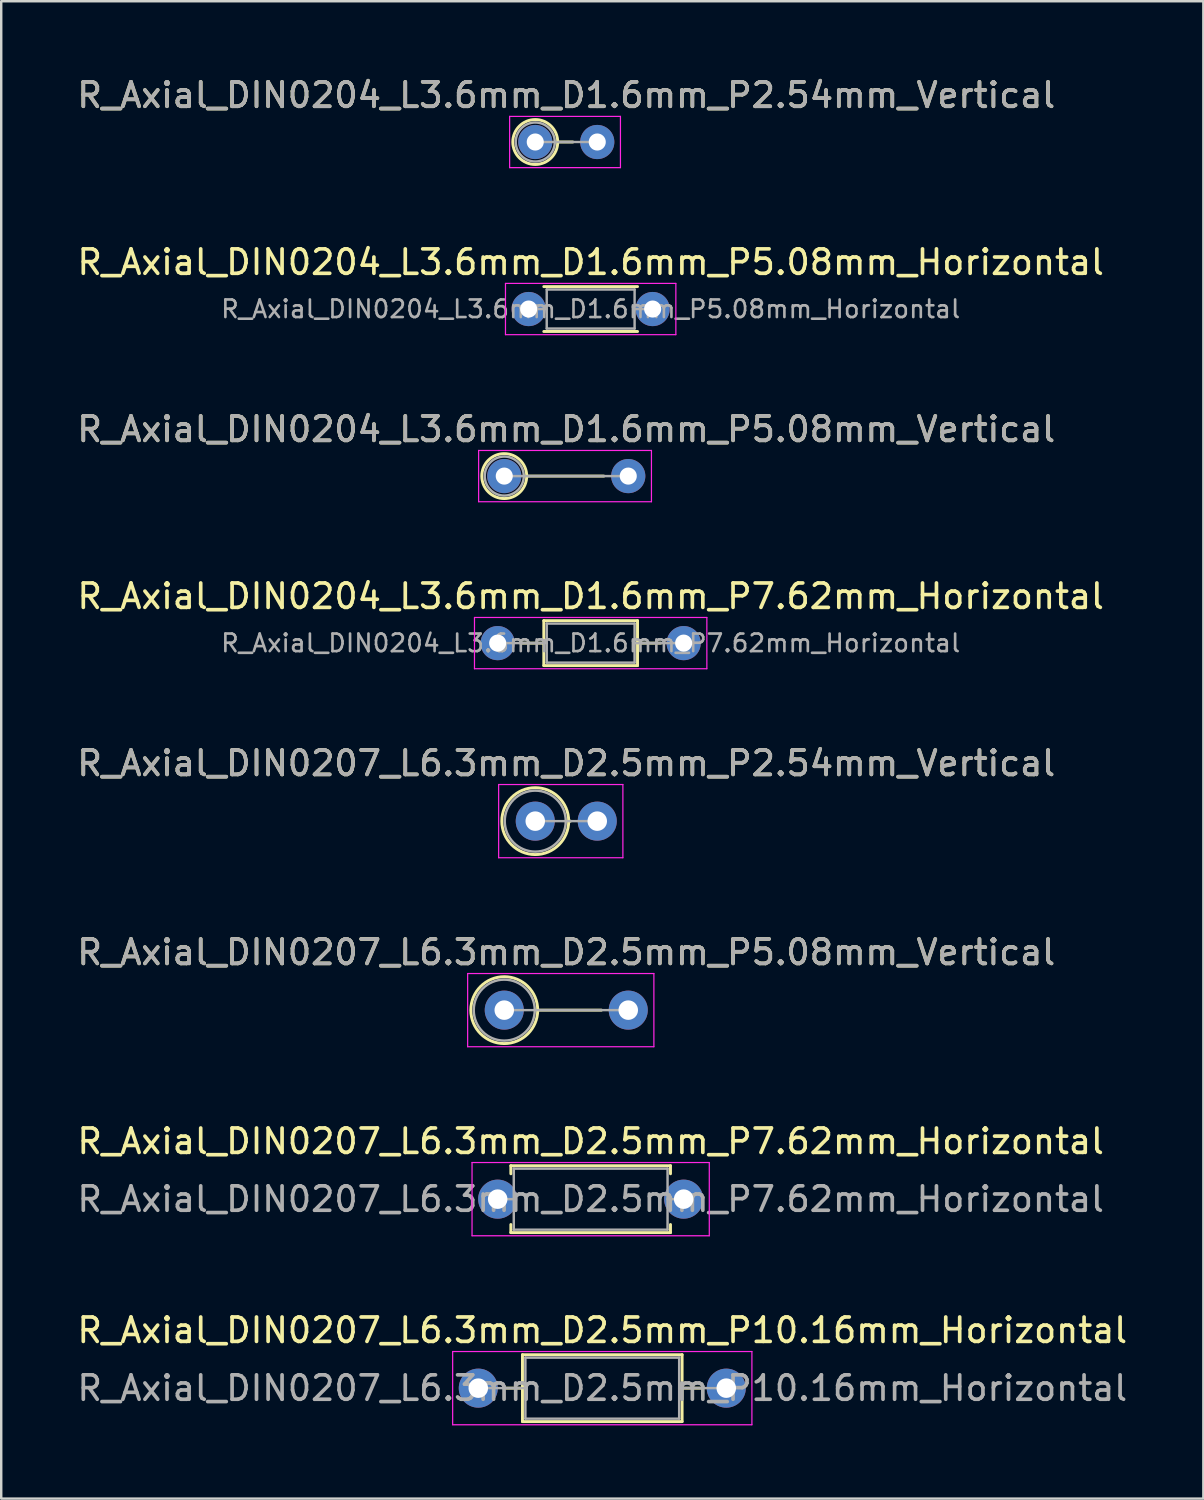
<source format=kicad_pcb>
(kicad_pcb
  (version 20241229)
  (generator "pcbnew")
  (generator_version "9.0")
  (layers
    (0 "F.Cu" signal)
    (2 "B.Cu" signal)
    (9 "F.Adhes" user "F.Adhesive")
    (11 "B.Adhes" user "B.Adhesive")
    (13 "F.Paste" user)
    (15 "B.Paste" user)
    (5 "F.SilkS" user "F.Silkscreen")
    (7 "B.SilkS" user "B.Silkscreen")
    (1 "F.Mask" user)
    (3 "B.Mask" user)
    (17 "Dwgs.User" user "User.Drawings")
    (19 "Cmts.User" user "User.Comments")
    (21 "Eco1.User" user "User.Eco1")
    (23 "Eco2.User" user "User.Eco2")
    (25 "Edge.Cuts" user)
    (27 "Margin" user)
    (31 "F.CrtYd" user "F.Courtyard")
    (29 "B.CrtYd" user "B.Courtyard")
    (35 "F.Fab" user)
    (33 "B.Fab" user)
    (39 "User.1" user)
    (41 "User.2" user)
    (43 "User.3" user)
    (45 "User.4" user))
  (footprint "R_Axial_DIN0207_L6.3mm_D2.5mm_P2.54mm_Vertical"
    (layer "F.Cu")
    (at 18.879 30.591)
    (property "Reference" "R_Axial_DIN0207_L6.3mm_D2.5mm_P2.54mm_Vertical" (at 1.27 -2.37 0) (layer "F.SilkS") (effects (font (size 1 1) (thickness 0.15))))
    (attr through_hole)
    (fp_line (start 1.37 0) (end 1.44 0) (stroke (width 0.12) (type solid)) (layer "F.SilkS"))
    (fp_circle (center 0 0) (end 1.37 0) (stroke (width 0.12) (type solid)) (fill no) (layer "F.SilkS"))
    (fp_line (start -1.5 -1.5) (end -1.5 1.5) (stroke (width 0.05) (type solid)) (layer "F.CrtYd"))
    (fp_line (start -1.5 1.5) (end 3.59 1.5) (stroke (width 0.05) (type solid)) (layer "F.CrtYd"))
    (fp_line (start 3.59 -1.5) (end -1.5 -1.5) (stroke (width 0.05) (type solid)) (layer "F.CrtYd"))
    (fp_line (start 3.59 1.5) (end 3.59 -1.5) (stroke (width 0.05) (type solid)) (layer "F.CrtYd"))
    (fp_line (start 0 0) (end 2.54 0) (stroke (width 0.1) (type solid)) (layer "F.Fab"))
    (fp_circle (center 0 0) (end 1.25 0) (stroke (width 0.1) (type solid)) (fill no) (layer "F.Fab"))
    (fp_text user "${REFERENCE}" (at 1.27 -2.37 0) (layer "F.Fab") (effects (font (size 1 1) (thickness 0.15))))
    (pad "1" thru_hole circle (at 0 0) (size 1.6 1.6) (drill 0.8) (layers "*.Cu" "*.Mask"))
    (pad "2" thru_hole oval (at 2.54 0) (size 1.6 1.6) (drill 0.8) (layers "*.Cu" "*.Mask")))
  (footprint "R_Axial_DIN0207_L6.3mm_D2.5mm_P10.16mm_Horizontal"
    (layer "F.Cu")
    (at 16.545 53.821)
    (property "Reference" "R_Axial_DIN0207_L6.3mm_D2.5mm_P10.16mm_Horizontal" (at 5.08 -2.37 0) (layer "F.SilkS") (effects (font (size 1 1) (thickness 0.15))))
    (attr through_hole)
    (fp_line (start 1.04 0) (end 1.81 0) (stroke (width 0.12) (type solid)) (layer "F.SilkS"))
    (fp_line (start 1.81 -1.37) (end 1.81 1.37) (stroke (width 0.12) (type solid)) (layer "F.SilkS"))
    (fp_line (start 1.81 1.37) (end 8.35 1.37) (stroke (width 0.12) (type solid)) (layer "F.SilkS"))
    (fp_line (start 8.35 -1.37) (end 1.81 -1.37) (stroke (width 0.12) (type solid)) (layer "F.SilkS"))
    (fp_line (start 8.35 1.37) (end 8.35 -1.37) (stroke (width 0.12) (type solid)) (layer "F.SilkS"))
    (fp_line (start 9.12 0) (end 8.35 0) (stroke (width 0.12) (type solid)) (layer "F.SilkS"))
    (fp_line (start -1.05 -1.5) (end -1.05 1.5) (stroke (width 0.05) (type solid)) (layer "F.CrtYd"))
    (fp_line (start -1.05 1.5) (end 11.21 1.5) (stroke (width 0.05) (type solid)) (layer "F.CrtYd"))
    (fp_line (start 11.21 -1.5) (end -1.05 -1.5) (stroke (width 0.05) (type solid)) (layer "F.CrtYd"))
    (fp_line (start 11.21 1.5) (end 11.21 -1.5) (stroke (width 0.05) (type solid)) (layer "F.CrtYd"))
    (fp_line (start 0 0) (end 1.93 0) (stroke (width 0.1) (type solid)) (layer "F.Fab"))
    (fp_line (start 1.93 -1.25) (end 1.93 1.25) (stroke (width 0.1) (type solid)) (layer "F.Fab"))
    (fp_line (start 1.93 1.25) (end 8.23 1.25) (stroke (width 0.1) (type solid)) (layer "F.Fab"))
    (fp_line (start 8.23 -1.25) (end 1.93 -1.25) (stroke (width 0.1) (type solid)) (layer "F.Fab"))
    (fp_line (start 8.23 1.25) (end 8.23 -1.25) (stroke (width 0.1) (type solid)) (layer "F.Fab"))
    (fp_line (start 10.16 0) (end 8.23 0) (stroke (width 0.1) (type solid)) (layer "F.Fab"))
    (fp_text user "${REFERENCE}" (at 5.08 0 0) (layer "F.Fab") (effects (font (size 1 1) (thickness 0.15))))
    (pad "1" thru_hole circle (at 0 0) (size 1.6 1.6) (drill 0.8) (layers "*.Cu" "*.Mask"))
    (pad "2" thru_hole oval (at 10.16 0) (size 1.6 1.6) (drill 0.8) (layers "*.Cu" "*.Mask")))
  (footprint "R_Axial_DIN0204_L3.6mm_D1.6mm_P2.54mm_Vertical"
    (layer "F.Cu")
    (at 18.879 2.768)
    (property "Reference" "R_Axial_DIN0204_L3.6mm_D1.6mm_P2.54mm_Vertical" (at 1.27 -1.92 0) (layer "F.SilkS") (effects (font (size 1 1) (thickness 0.15))))
    (attr through_hole)
    (fp_line (start 0.92 0) (end 1.54 0) (stroke (width 0.12) (type solid)) (layer "F.SilkS"))
    (fp_circle (center 0 0) (end 0.92 0) (stroke (width 0.12) (type solid)) (fill no) (layer "F.SilkS"))
    (fp_line (start -1.05 -1.05) (end -1.05 1.05) (stroke (width 0.05) (type solid)) (layer "F.CrtYd"))
    (fp_line (start -1.05 1.05) (end 3.49 1.05) (stroke (width 0.05) (type solid)) (layer "F.CrtYd"))
    (fp_line (start 3.49 -1.05) (end -1.05 -1.05) (stroke (width 0.05) (type solid)) (layer "F.CrtYd"))
    (fp_line (start 3.49 1.05) (end 3.49 -1.05) (stroke (width 0.05) (type solid)) (layer "F.CrtYd"))
    (fp_line (start 0 0) (end 2.54 0) (stroke (width 0.1) (type solid)) (layer "F.Fab"))
    (fp_circle (center 0 0) (end 0.8 0) (stroke (width 0.1) (type solid)) (fill no) (layer "F.Fab"))
    (fp_text user "${REFERENCE}" (at 1.27 -1.92 0) (layer "F.Fab") (effects (font (size 1 1) (thickness 0.15))))
    (pad "1" thru_hole circle (at 0 0) (size 1.4 1.4) (drill 0.7) (layers "*.Cu" "*.Mask"))
    (pad "2" thru_hole oval (at 2.54 0) (size 1.4 1.4) (drill 0.7) (layers "*.Cu" "*.Mask")))
  (footprint "R_Axial_DIN0207_L6.3mm_D2.5mm_P5.08mm_Vertical"
    (layer "F.Cu")
    (at 17.609 38.334)
    (property "Reference" "R_Axial_DIN0207_L6.3mm_D2.5mm_P5.08mm_Vertical" (at 2.54 -2.37 0) (layer "F.SilkS") (effects (font (size 1 1) (thickness 0.15))))
    (attr through_hole)
    (fp_line (start 1.37 0) (end 3.98 0) (stroke (width 0.12) (type solid)) (layer "F.SilkS"))
    (fp_circle (center 0 0) (end 1.37 0) (stroke (width 0.12) (type solid)) (fill no) (layer "F.SilkS"))
    (fp_line (start -1.5 -1.5) (end -1.5 1.5) (stroke (width 0.05) (type solid)) (layer "F.CrtYd"))
    (fp_line (start -1.5 1.5) (end 6.13 1.5) (stroke (width 0.05) (type solid)) (layer "F.CrtYd"))
    (fp_line (start 6.13 -1.5) (end -1.5 -1.5) (stroke (width 0.05) (type solid)) (layer "F.CrtYd"))
    (fp_line (start 6.13 1.5) (end 6.13 -1.5) (stroke (width 0.05) (type solid)) (layer "F.CrtYd"))
    (fp_line (start 0 0) (end 5.08 0) (stroke (width 0.1) (type solid)) (layer "F.Fab"))
    (fp_circle (center 0 0) (end 1.25 0) (stroke (width 0.1) (type solid)) (fill no) (layer "F.Fab"))
    (fp_text user "${REFERENCE}" (at 2.54 -2.37 0) (layer "F.Fab") (effects (font (size 1 1) (thickness 0.15))))
    (pad "1" thru_hole circle (at 0 0) (size 1.6 1.6) (drill 0.8) (layers "*.Cu" "*.Mask"))
    (pad "2" thru_hole oval (at 5.08 0) (size 1.6 1.6) (drill 0.8) (layers "*.Cu" "*.Mask")))
  (footprint "R_Axial_DIN0204_L3.6mm_D1.6mm_P5.08mm_Horizontal"
    (layer "F.Cu")
    (at 18.609 9.611)
    (property "Reference" "R_Axial_DIN0204_L3.6mm_D1.6mm_P5.08mm_Horizontal" (at 2.54 -1.92 0) (layer "F.SilkS") (effects (font (size 1 1) (thickness 0.15))))
    (attr through_hole)
    (fp_line (start 0.62 -0.92) (end 4.46 -0.92) (stroke (width 0.12) (type solid)) (layer "F.SilkS"))
    (fp_line (start 0.62 0.92) (end 4.46 0.92) (stroke (width 0.12) (type solid)) (layer "F.SilkS"))
    (fp_line (start -0.95 -1.05) (end -0.95 1.05) (stroke (width 0.05) (type solid)) (layer "F.CrtYd"))
    (fp_line (start -0.95 1.05) (end 6.03 1.05) (stroke (width 0.05) (type solid)) (layer "F.CrtYd"))
    (fp_line (start 6.03 -1.05) (end -0.95 -1.05) (stroke (width 0.05) (type solid)) (layer "F.CrtYd"))
    (fp_line (start 6.03 1.05) (end 6.03 -1.05) (stroke (width 0.05) (type solid)) (layer "F.CrtYd"))
    (fp_line (start 0 0) (end 0.74 0) (stroke (width 0.1) (type solid)) (layer "F.Fab"))
    (fp_line (start 0.74 -0.8) (end 0.74 0.8) (stroke (width 0.1) (type solid)) (layer "F.Fab"))
    (fp_line (start 0.74 0.8) (end 4.34 0.8) (stroke (width 0.1) (type solid)) (layer "F.Fab"))
    (fp_line (start 4.34 -0.8) (end 0.74 -0.8) (stroke (width 0.1) (type solid)) (layer "F.Fab"))
    (fp_line (start 4.34 0.8) (end 4.34 -0.8) (stroke (width 0.1) (type solid)) (layer "F.Fab"))
    (fp_line (start 5.08 0) (end 4.34 0) (stroke (width 0.1) (type solid)) (layer "F.Fab"))
    (fp_text user "${REFERENCE}" (at 2.54 0 0) (layer "F.Fab") (effects (font (size 0.72 0.72) (thickness 0.108))))
    (pad "1" thru_hole circle (at 0 0) (size 1.4 1.4) (drill 0.7) (layers "*.Cu" "*.Mask"))
    (pad "2" thru_hole oval (at 5.08 0) (size 1.4 1.4) (drill 0.7) (layers "*.Cu" "*.Mask")))
  (footprint "R_Axial_DIN0204_L3.6mm_D1.6mm_P5.08mm_Vertical"
    (layer "F.Cu")
    (at 17.609 16.455)
    (property "Reference" "R_Axial_DIN0204_L3.6mm_D1.6mm_P5.08mm_Vertical" (at 2.54 -1.92 0) (layer "F.SilkS") (effects (font (size 1 1) (thickness 0.15))))
    (attr through_hole)
    (fp_line (start 0.92 0) (end 4.08 0) (stroke (width 0.12) (type solid)) (layer "F.SilkS"))
    (fp_circle (center 0 0) (end 0.92 0) (stroke (width 0.12) (type solid)) (fill no) (layer "F.SilkS"))
    (fp_line (start -1.05 -1.05) (end -1.05 1.05) (stroke (width 0.05) (type solid)) (layer "F.CrtYd"))
    (fp_line (start -1.05 1.05) (end 6.03 1.05) (stroke (width 0.05) (type solid)) (layer "F.CrtYd"))
    (fp_line (start 6.03 -1.05) (end -1.05 -1.05) (stroke (width 0.05) (type solid)) (layer "F.CrtYd"))
    (fp_line (start 6.03 1.05) (end 6.03 -1.05) (stroke (width 0.05) (type solid)) (layer "F.CrtYd"))
    (fp_line (start 0 0) (end 5.08 0) (stroke (width 0.1) (type solid)) (layer "F.Fab"))
    (fp_circle (center 0 0) (end 0.8 0) (stroke (width 0.1) (type solid)) (fill no) (layer "F.Fab"))
    (fp_text user "${REFERENCE}" (at 2.54 -1.92 0) (layer "F.Fab") (effects (font (size 1 1) (thickness 0.15))))
    (pad "1" thru_hole circle (at 0 0) (size 1.4 1.4) (drill 0.7) (layers "*.Cu" "*.Mask"))
    (pad "2" thru_hole oval (at 5.08 0) (size 1.4 1.4) (drill 0.7) (layers "*.Cu" "*.Mask")))
  (footprint "R_Axial_DIN0207_L6.3mm_D2.5mm_P7.62mm_Horizontal"
    (layer "F.Cu")
    (at 17.339 46.078)
    (property "Reference" "R_Axial_DIN0207_L6.3mm_D2.5mm_P7.62mm_Horizontal" (at 3.81 -2.37 0) (layer "F.SilkS") (effects (font (size 1 1) (thickness 0.15))))
    (attr through_hole)
    (fp_line (start 0.54 -1.37) (end 7.08 -1.37) (stroke (width 0.12) (type solid)) (layer "F.SilkS"))
    (fp_line (start 0.54 -1.04) (end 0.54 -1.37) (stroke (width 0.12) (type solid)) (layer "F.SilkS"))
    (fp_line (start 0.54 1.04) (end 0.54 1.37) (stroke (width 0.12) (type solid)) (layer "F.SilkS"))
    (fp_line (start 0.54 1.37) (end 7.08 1.37) (stroke (width 0.12) (type solid)) (layer "F.SilkS"))
    (fp_line (start 7.08 -1.37) (end 7.08 -1.04) (stroke (width 0.12) (type solid)) (layer "F.SilkS"))
    (fp_line (start 7.08 1.37) (end 7.08 1.04) (stroke (width 0.12) (type solid)) (layer "F.SilkS"))
    (fp_line (start -1.05 -1.5) (end -1.05 1.5) (stroke (width 0.05) (type solid)) (layer "F.CrtYd"))
    (fp_line (start -1.05 1.5) (end 8.67 1.5) (stroke (width 0.05) (type solid)) (layer "F.CrtYd"))
    (fp_line (start 8.67 -1.5) (end -1.05 -1.5) (stroke (width 0.05) (type solid)) (layer "F.CrtYd"))
    (fp_line (start 8.67 1.5) (end 8.67 -1.5) (stroke (width 0.05) (type solid)) (layer "F.CrtYd"))
    (fp_line (start 0 0) (end 0.66 0) (stroke (width 0.1) (type solid)) (layer "F.Fab"))
    (fp_line (start 0.66 -1.25) (end 0.66 1.25) (stroke (width 0.1) (type solid)) (layer "F.Fab"))
    (fp_line (start 0.66 1.25) (end 6.96 1.25) (stroke (width 0.1) (type solid)) (layer "F.Fab"))
    (fp_line (start 6.96 -1.25) (end 0.66 -1.25) (stroke (width 0.1) (type solid)) (layer "F.Fab"))
    (fp_line (start 6.96 1.25) (end 6.96 -1.25) (stroke (width 0.1) (type solid)) (layer "F.Fab"))
    (fp_line (start 7.62 0) (end 6.96 0) (stroke (width 0.1) (type solid)) (layer "F.Fab"))
    (fp_text user "${REFERENCE}" (at 3.81 0 0) (layer "F.Fab") (effects (font (size 1 1) (thickness 0.15))))
    (pad "1" thru_hole circle (at 0 0) (size 1.6 1.6) (drill 0.8) (layers "*.Cu" "*.Mask"))
    (pad "2" thru_hole oval (at 7.62 0) (size 1.6 1.6) (drill 0.8) (layers "*.Cu" "*.Mask")))
  (footprint "R_Axial_DIN0204_L3.6mm_D1.6mm_P7.62mm_Horizontal"
    (layer "F.Cu")
    (at 17.339 23.298)
    (property "Reference" "R_Axial_DIN0204_L3.6mm_D1.6mm_P7.62mm_Horizontal" (at 3.81 -1.92 0) (layer "F.SilkS") (effects (font (size 1 1) (thickness 0.15))))
    (attr through_hole)
    (fp_line (start 0.94 0) (end 1.89 0) (stroke (width 0.12) (type solid)) (layer "F.SilkS"))
    (fp_line (start 1.89 -0.92) (end 1.89 0.92) (stroke (width 0.12) (type solid)) (layer "F.SilkS"))
    (fp_line (start 1.89 0.92) (end 5.73 0.92) (stroke (width 0.12) (type solid)) (layer "F.SilkS"))
    (fp_line (start 5.73 -0.92) (end 1.89 -0.92) (stroke (width 0.12) (type solid)) (layer "F.SilkS"))
    (fp_line (start 5.73 0.92) (end 5.73 -0.92) (stroke (width 0.12) (type solid)) (layer "F.SilkS"))
    (fp_line (start 6.68 0) (end 5.73 0) (stroke (width 0.12) (type solid)) (layer "F.SilkS"))
    (fp_line (start -0.95 -1.05) (end -0.95 1.05) (stroke (width 0.05) (type solid)) (layer "F.CrtYd"))
    (fp_line (start -0.95 1.05) (end 8.57 1.05) (stroke (width 0.05) (type solid)) (layer "F.CrtYd"))
    (fp_line (start 8.57 -1.05) (end -0.95 -1.05) (stroke (width 0.05) (type solid)) (layer "F.CrtYd"))
    (fp_line (start 8.57 1.05) (end 8.57 -1.05) (stroke (width 0.05) (type solid)) (layer "F.CrtYd"))
    (fp_line (start 0 0) (end 2.01 0) (stroke (width 0.1) (type solid)) (layer "F.Fab"))
    (fp_line (start 2.01 -0.8) (end 2.01 0.8) (stroke (width 0.1) (type solid)) (layer "F.Fab"))
    (fp_line (start 2.01 0.8) (end 5.61 0.8) (stroke (width 0.1) (type solid)) (layer "F.Fab"))
    (fp_line (start 5.61 -0.8) (end 2.01 -0.8) (stroke (width 0.1) (type solid)) (layer "F.Fab"))
    (fp_line (start 5.61 0.8) (end 5.61 -0.8) (stroke (width 0.1) (type solid)) (layer "F.Fab"))
    (fp_line (start 7.62 0) (end 5.61 0) (stroke (width 0.1) (type solid)) (layer "F.Fab"))
    (fp_text user "${REFERENCE}" (at 3.81 0 0) (layer "F.Fab") (effects (font (size 0.72 0.72) (thickness 0.108))))
    (pad "1" thru_hole circle (at 0 0) (size 1.4 1.4) (drill 0.7) (layers "*.Cu" "*.Mask"))
    (pad "2" thru_hole oval (at 7.62 0) (size 1.4 1.4) (drill 0.7) (layers "*.Cu" "*.Mask")))
  (gr_rect
    (start -3 -3)
    (end 46.25 58.346)
    (stroke (width 0.1) (type default))
    (fill no)
    (layer "Edge.Cuts")))
</source>
